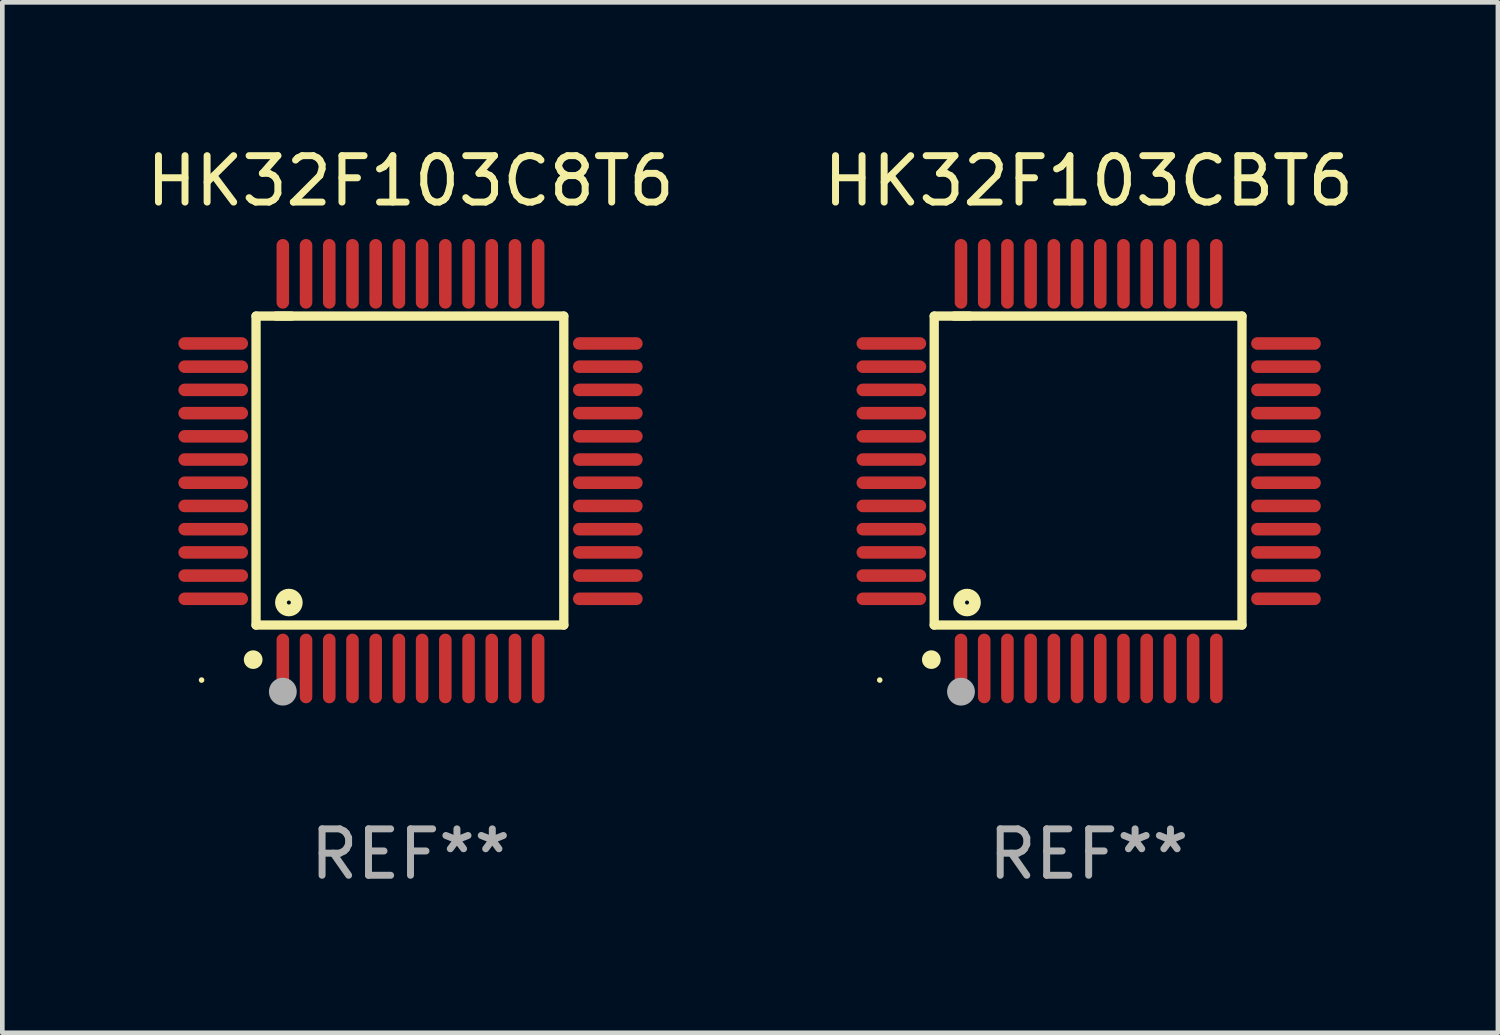
<source format=kicad_pcb>
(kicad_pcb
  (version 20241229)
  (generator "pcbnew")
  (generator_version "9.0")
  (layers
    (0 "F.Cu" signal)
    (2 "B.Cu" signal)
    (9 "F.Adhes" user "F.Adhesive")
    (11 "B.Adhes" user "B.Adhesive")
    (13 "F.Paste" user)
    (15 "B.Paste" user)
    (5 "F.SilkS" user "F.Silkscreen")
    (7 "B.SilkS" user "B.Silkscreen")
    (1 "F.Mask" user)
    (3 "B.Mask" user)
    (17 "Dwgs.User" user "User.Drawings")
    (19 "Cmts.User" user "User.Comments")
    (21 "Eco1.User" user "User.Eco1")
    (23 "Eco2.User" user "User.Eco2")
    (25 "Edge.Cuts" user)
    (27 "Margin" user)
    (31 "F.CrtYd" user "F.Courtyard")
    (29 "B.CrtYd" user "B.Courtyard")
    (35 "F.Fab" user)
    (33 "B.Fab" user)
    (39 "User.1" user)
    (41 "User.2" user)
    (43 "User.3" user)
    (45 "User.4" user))
  (footprint "HK32F103C8T6"
    (layer "F.Cu")
    (at 5.792 7.098)
    (property "Reference" "HK32F103C8T6" (at 0 -6.25 0) (layer "F.SilkS") (effects (font (size 1 1) (thickness 0.15))))
    (attr through_hole)
    (fp_line (start -3.327 -3.34) (end -2.565 -3.34) (stroke (width 0.2) (type solid)) (layer "F.SilkS"))
    (fp_line (start -3.327 3.315) (end -3.327 -3.34) (stroke (width 0.2) (type solid)) (layer "F.SilkS"))
    (fp_line (start -2.896 -3.34) (end 3.302 -3.34) (stroke (width 0.2) (type solid)) (layer "F.SilkS"))
    (fp_line (start 3.302 -3.34) (end 3.302 3.315) (stroke (width 0.2) (type solid)) (layer "F.SilkS"))
    (fp_line (start 3.302 3.315) (end -3.327 3.315) (stroke (width 0.2) (type solid)) (layer "F.SilkS"))
    (fp_arc (start -3.389992 4.059995) (mid -3.388722 4.059991) (end -3.387452 4.059995) (stroke (width 0.4) (type solid)) (layer "F.SilkS"))
    (fp_circle (center -4.5 4.5) (end -4.47 4.5) (stroke (width 0.06) (type solid)) (fill no) (layer "F.SilkS"))
    (fp_circle (center -2.62 2.83) (end -2.45 2.83) (stroke (width 0.254) (type solid)) (fill no) (layer "F.SilkS"))
    (fp_circle (center -2.75 4.75) (end -2.6 4.75) (stroke (width 0.3) (type solid)) (fill no) (layer "F.Fab"))
    (fp_text user "REF**" (at 0 8.25 0) (layer "F.Fab") (effects (font (size 1 1) (thickness 0.15))))
    (pad "1" smd oval (at -2.75 4.25) (size 0.27 1.5) (layers "F.Cu" "F.Mask" "F.Paste"))
    (pad "2" smd oval (at -2.25 4.25) (size 0.27 1.5) (layers "F.Cu" "F.Mask" "F.Paste"))
    (pad "3" smd oval (at -1.75 4.25) (size 0.27 1.5) (layers "F.Cu" "F.Mask" "F.Paste"))
    (pad "4" smd oval (at -1.25 4.25) (size 0.27 1.5) (layers "F.Cu" "F.Mask" "F.Paste"))
    (pad "5" smd oval (at -0.75 4.25) (size 0.27 1.5) (layers "F.Cu" "F.Mask" "F.Paste"))
    (pad "6" smd oval (at -0.25 4.25) (size 0.27 1.5) (layers "F.Cu" "F.Mask" "F.Paste"))
    (pad "7" smd oval (at 0.25 4.25) (size 0.27 1.5) (layers "F.Cu" "F.Mask" "F.Paste"))
    (pad "8" smd oval (at 0.75 4.25) (size 0.27 1.5) (layers "F.Cu" "F.Mask" "F.Paste"))
    (pad "9" smd oval (at 1.25 4.25) (size 0.27 1.5) (layers "F.Cu" "F.Mask" "F.Paste"))
    (pad "10" smd oval (at 1.75 4.25) (size 0.27 1.5) (layers "F.Cu" "F.Mask" "F.Paste"))
    (pad "11" smd oval (at 2.25 4.25) (size 0.27 1.5) (layers "F.Cu" "F.Mask" "F.Paste"))
    (pad "12" smd oval (at 2.75 4.25) (size 0.27 1.5) (layers "F.Cu" "F.Mask" "F.Paste"))
    (pad "13" smd oval (at 4.25 2.75) (size 1.5 0.27) (layers "F.Cu" "F.Mask" "F.Paste"))
    (pad "14" smd oval (at 4.25 2.25) (size 1.5 0.27) (layers "F.Cu" "F.Mask" "F.Paste"))
    (pad "15" smd oval (at 4.25 1.75) (size 1.5 0.27) (layers "F.Cu" "F.Mask" "F.Paste"))
    (pad "16" smd oval (at 4.25 1.25) (size 1.5 0.27) (layers "F.Cu" "F.Mask" "F.Paste"))
    (pad "17" smd oval (at 4.25 0.75) (size 1.5 0.27) (layers "F.Cu" "F.Mask" "F.Paste"))
    (pad "18" smd oval (at 4.25 0.25) (size 1.5 0.27) (layers "F.Cu" "F.Mask" "F.Paste"))
    (pad "19" smd oval (at 4.25 -0.25) (size 1.5 0.27) (layers "F.Cu" "F.Mask" "F.Paste"))
    (pad "20" smd oval (at 4.25 -0.75) (size 1.5 0.27) (layers "F.Cu" "F.Mask" "F.Paste"))
    (pad "21" smd oval (at 4.25 -1.25) (size 1.5 0.27) (layers "F.Cu" "F.Mask" "F.Paste"))
    (pad "22" smd oval (at 4.25 -1.75) (size 1.5 0.27) (layers "F.Cu" "F.Mask" "F.Paste"))
    (pad "23" smd oval (at 4.25 -2.25) (size 1.5 0.27) (layers "F.Cu" "F.Mask" "F.Paste"))
    (pad "24" smd oval (at 4.25 -2.75) (size 1.5 0.27) (layers "F.Cu" "F.Mask" "F.Paste"))
    (pad "25" smd oval (at 2.75 -4.25) (size 0.27 1.5) (layers "F.Cu" "F.Mask" "F.Paste"))
    (pad "26" smd oval (at 2.25 -4.25) (size 0.27 1.5) (layers "F.Cu" "F.Mask" "F.Paste"))
    (pad "27" smd oval (at 1.75 -4.25) (size 0.27 1.5) (layers "F.Cu" "F.Mask" "F.Paste"))
    (pad "28" smd oval (at 1.25 -4.25) (size 0.27 1.5) (layers "F.Cu" "F.Mask" "F.Paste"))
    (pad "29" smd oval (at 0.75 -4.25) (size 0.27 1.5) (layers "F.Cu" "F.Mask" "F.Paste"))
    (pad "30" smd oval (at 0.25 -4.25) (size 0.27 1.5) (layers "F.Cu" "F.Mask" "F.Paste"))
    (pad "31" smd oval (at -0.25 -4.25) (size 0.27 1.5) (layers "F.Cu" "F.Mask" "F.Paste"))
    (pad "32" smd oval (at -0.75 -4.25) (size 0.27 1.5) (layers "F.Cu" "F.Mask" "F.Paste"))
    (pad "33" smd oval (at -1.25 -4.25) (size 0.27 1.5) (layers "F.Cu" "F.Mask" "F.Paste"))
    (pad "34" smd oval (at -1.75 -4.25) (size 0.27 1.5) (layers "F.Cu" "F.Mask" "F.Paste"))
    (pad "35" smd oval (at -2.25 -4.25) (size 0.27 1.5) (layers "F.Cu" "F.Mask" "F.Paste"))
    (pad "36" smd oval (at -2.75 -4.25) (size 0.27 1.5) (layers "F.Cu" "F.Mask" "F.Paste"))
    (pad "37" smd oval (at -4.25 -2.75) (size 1.5 0.27) (layers "F.Cu" "F.Mask" "F.Paste"))
    (pad "38" smd oval (at -4.25 -2.25) (size 1.5 0.27) (layers "F.Cu" "F.Mask" "F.Paste"))
    (pad "39" smd oval (at -4.25 -1.75) (size 1.5 0.27) (layers "F.Cu" "F.Mask" "F.Paste"))
    (pad "40" smd oval (at -4.25 -1.25) (size 1.5 0.27) (layers "F.Cu" "F.Mask" "F.Paste"))
    (pad "41" smd oval (at -4.25 -0.75) (size 1.5 0.27) (layers "F.Cu" "F.Mask" "F.Paste"))
    (pad "42" smd oval (at -4.25 -0.25) (size 1.5 0.27) (layers "F.Cu" "F.Mask" "F.Paste"))
    (pad "43" smd oval (at -4.25 0.25) (size 1.5 0.27) (layers "F.Cu" "F.Mask" "F.Paste"))
    (pad "44" smd oval (at -4.25 0.75) (size 1.5 0.27) (layers "F.Cu" "F.Mask" "F.Paste"))
    (pad "45" smd oval (at -4.25 1.25) (size 1.5 0.27) (layers "F.Cu" "F.Mask" "F.Paste"))
    (pad "46" smd oval (at -4.25 1.75) (size 1.5 0.27) (layers "F.Cu" "F.Mask" "F.Paste"))
    (pad "47" smd oval (at -4.25 2.25) (size 1.5 0.27) (layers "F.Cu" "F.Mask" "F.Paste"))
    (pad "48" smd oval (at -4.25 2.75) (size 1.5 0.27) (layers "F.Cu" "F.Mask" "F.Paste")))
  (footprint "HK32F103CBT6"
    (layer "F.Cu")
    (at 20.399 7.098)
    (property "Reference" "HK32F103CBT6" (at 0 -6.25 0) (layer "F.SilkS") (effects (font (size 1 1) (thickness 0.15))))
    (attr through_hole)
    (fp_line (start -3.327 -3.34) (end -2.565 -3.34) (stroke (width 0.2) (type solid)) (layer "F.SilkS"))
    (fp_line (start -3.327 3.315) (end -3.327 -3.34) (stroke (width 0.2) (type solid)) (layer "F.SilkS"))
    (fp_line (start -2.896 -3.34) (end 3.302 -3.34) (stroke (width 0.2) (type solid)) (layer "F.SilkS"))
    (fp_line (start 3.302 -3.34) (end 3.302 3.315) (stroke (width 0.2) (type solid)) (layer "F.SilkS"))
    (fp_line (start 3.302 3.315) (end -3.327 3.315) (stroke (width 0.2) (type solid)) (layer "F.SilkS"))
    (fp_arc (start -3.389992 4.059995) (mid -3.388722 4.059991) (end -3.387452 4.059995) (stroke (width 0.4) (type solid)) (layer "F.SilkS"))
    (fp_circle (center -4.5 4.5) (end -4.47 4.5) (stroke (width 0.06) (type solid)) (fill no) (layer "F.SilkS"))
    (fp_circle (center -2.62 2.83) (end -2.45 2.83) (stroke (width 0.254) (type solid)) (fill no) (layer "F.SilkS"))
    (fp_circle (center -2.75 4.75) (end -2.6 4.75) (stroke (width 0.3) (type solid)) (fill no) (layer "F.Fab"))
    (fp_text user "REF**" (at 0 8.25 0) (layer "F.Fab") (effects (font (size 1 1) (thickness 0.15))))
    (pad "1" smd oval (at -2.75 4.25) (size 0.27 1.5) (layers "F.Cu" "F.Mask" "F.Paste"))
    (pad "2" smd oval (at -2.25 4.25) (size 0.27 1.5) (layers "F.Cu" "F.Mask" "F.Paste"))
    (pad "3" smd oval (at -1.75 4.25) (size 0.27 1.5) (layers "F.Cu" "F.Mask" "F.Paste"))
    (pad "4" smd oval (at -1.25 4.25) (size 0.27 1.5) (layers "F.Cu" "F.Mask" "F.Paste"))
    (pad "5" smd oval (at -0.75 4.25) (size 0.27 1.5) (layers "F.Cu" "F.Mask" "F.Paste"))
    (pad "6" smd oval (at -0.25 4.25) (size 0.27 1.5) (layers "F.Cu" "F.Mask" "F.Paste"))
    (pad "7" smd oval (at 0.25 4.25) (size 0.27 1.5) (layers "F.Cu" "F.Mask" "F.Paste"))
    (pad "8" smd oval (at 0.75 4.25) (size 0.27 1.5) (layers "F.Cu" "F.Mask" "F.Paste"))
    (pad "9" smd oval (at 1.25 4.25) (size 0.27 1.5) (layers "F.Cu" "F.Mask" "F.Paste"))
    (pad "10" smd oval (at 1.75 4.25) (size 0.27 1.5) (layers "F.Cu" "F.Mask" "F.Paste"))
    (pad "11" smd oval (at 2.25 4.25) (size 0.27 1.5) (layers "F.Cu" "F.Mask" "F.Paste"))
    (pad "12" smd oval (at 2.75 4.25) (size 0.27 1.5) (layers "F.Cu" "F.Mask" "F.Paste"))
    (pad "13" smd oval (at 4.25 2.75) (size 1.5 0.27) (layers "F.Cu" "F.Mask" "F.Paste"))
    (pad "14" smd oval (at 4.25 2.25) (size 1.5 0.27) (layers "F.Cu" "F.Mask" "F.Paste"))
    (pad "15" smd oval (at 4.25 1.75) (size 1.5 0.27) (layers "F.Cu" "F.Mask" "F.Paste"))
    (pad "16" smd oval (at 4.25 1.25) (size 1.5 0.27) (layers "F.Cu" "F.Mask" "F.Paste"))
    (pad "17" smd oval (at 4.25 0.75) (size 1.5 0.27) (layers "F.Cu" "F.Mask" "F.Paste"))
    (pad "18" smd oval (at 4.25 0.25) (size 1.5 0.27) (layers "F.Cu" "F.Mask" "F.Paste"))
    (pad "19" smd oval (at 4.25 -0.25) (size 1.5 0.27) (layers "F.Cu" "F.Mask" "F.Paste"))
    (pad "20" smd oval (at 4.25 -0.75) (size 1.5 0.27) (layers "F.Cu" "F.Mask" "F.Paste"))
    (pad "21" smd oval (at 4.25 -1.25) (size 1.5 0.27) (layers "F.Cu" "F.Mask" "F.Paste"))
    (pad "22" smd oval (at 4.25 -1.75) (size 1.5 0.27) (layers "F.Cu" "F.Mask" "F.Paste"))
    (pad "23" smd oval (at 4.25 -2.25) (size 1.5 0.27) (layers "F.Cu" "F.Mask" "F.Paste"))
    (pad "24" smd oval (at 4.25 -2.75) (size 1.5 0.27) (layers "F.Cu" "F.Mask" "F.Paste"))
    (pad "25" smd oval (at 2.75 -4.25) (size 0.27 1.5) (layers "F.Cu" "F.Mask" "F.Paste"))
    (pad "26" smd oval (at 2.25 -4.25) (size 0.27 1.5) (layers "F.Cu" "F.Mask" "F.Paste"))
    (pad "27" smd oval (at 1.75 -4.25) (size 0.27 1.5) (layers "F.Cu" "F.Mask" "F.Paste"))
    (pad "28" smd oval (at 1.25 -4.25) (size 0.27 1.5) (layers "F.Cu" "F.Mask" "F.Paste"))
    (pad "29" smd oval (at 0.75 -4.25) (size 0.27 1.5) (layers "F.Cu" "F.Mask" "F.Paste"))
    (pad "30" smd oval (at 0.25 -4.25) (size 0.27 1.5) (layers "F.Cu" "F.Mask" "F.Paste"))
    (pad "31" smd oval (at -0.25 -4.25) (size 0.27 1.5) (layers "F.Cu" "F.Mask" "F.Paste"))
    (pad "32" smd oval (at -0.75 -4.25) (size 0.27 1.5) (layers "F.Cu" "F.Mask" "F.Paste"))
    (pad "33" smd oval (at -1.25 -4.25) (size 0.27 1.5) (layers "F.Cu" "F.Mask" "F.Paste"))
    (pad "34" smd oval (at -1.75 -4.25) (size 0.27 1.5) (layers "F.Cu" "F.Mask" "F.Paste"))
    (pad "35" smd oval (at -2.25 -4.25) (size 0.27 1.5) (layers "F.Cu" "F.Mask" "F.Paste"))
    (pad "36" smd oval (at -2.75 -4.25) (size 0.27 1.5) (layers "F.Cu" "F.Mask" "F.Paste"))
    (pad "37" smd oval (at -4.25 -2.75) (size 1.5 0.27) (layers "F.Cu" "F.Mask" "F.Paste"))
    (pad "38" smd oval (at -4.25 -2.25) (size 1.5 0.27) (layers "F.Cu" "F.Mask" "F.Paste"))
    (pad "39" smd oval (at -4.25 -1.75) (size 1.5 0.27) (layers "F.Cu" "F.Mask" "F.Paste"))
    (pad "40" smd oval (at -4.25 -1.25) (size 1.5 0.27) (layers "F.Cu" "F.Mask" "F.Paste"))
    (pad "41" smd oval (at -4.25 -0.75) (size 1.5 0.27) (layers "F.Cu" "F.Mask" "F.Paste"))
    (pad "42" smd oval (at -4.25 -0.25) (size 1.5 0.27) (layers "F.Cu" "F.Mask" "F.Paste"))
    (pad "43" smd oval (at -4.25 0.25) (size 1.5 0.27) (layers "F.Cu" "F.Mask" "F.Paste"))
    (pad "44" smd oval (at -4.25 0.75) (size 1.5 0.27) (layers "F.Cu" "F.Mask" "F.Paste"))
    (pad "45" smd oval (at -4.25 1.25) (size 1.5 0.27) (layers "F.Cu" "F.Mask" "F.Paste"))
    (pad "46" smd oval (at -4.25 1.75) (size 1.5 0.27) (layers "F.Cu" "F.Mask" "F.Paste"))
    (pad "47" smd oval (at -4.25 2.25) (size 1.5 0.27) (layers "F.Cu" "F.Mask" "F.Paste"))
    (pad "48" smd oval (at -4.25 2.75) (size 1.5 0.27) (layers "F.Cu" "F.Mask" "F.Paste")))
  (gr_rect
    (start -3 -3)
    (end 29.214 19.196)
    (stroke (width 0.1) (type default))
    (fill no)
    (layer "Edge.Cuts")))
</source>
